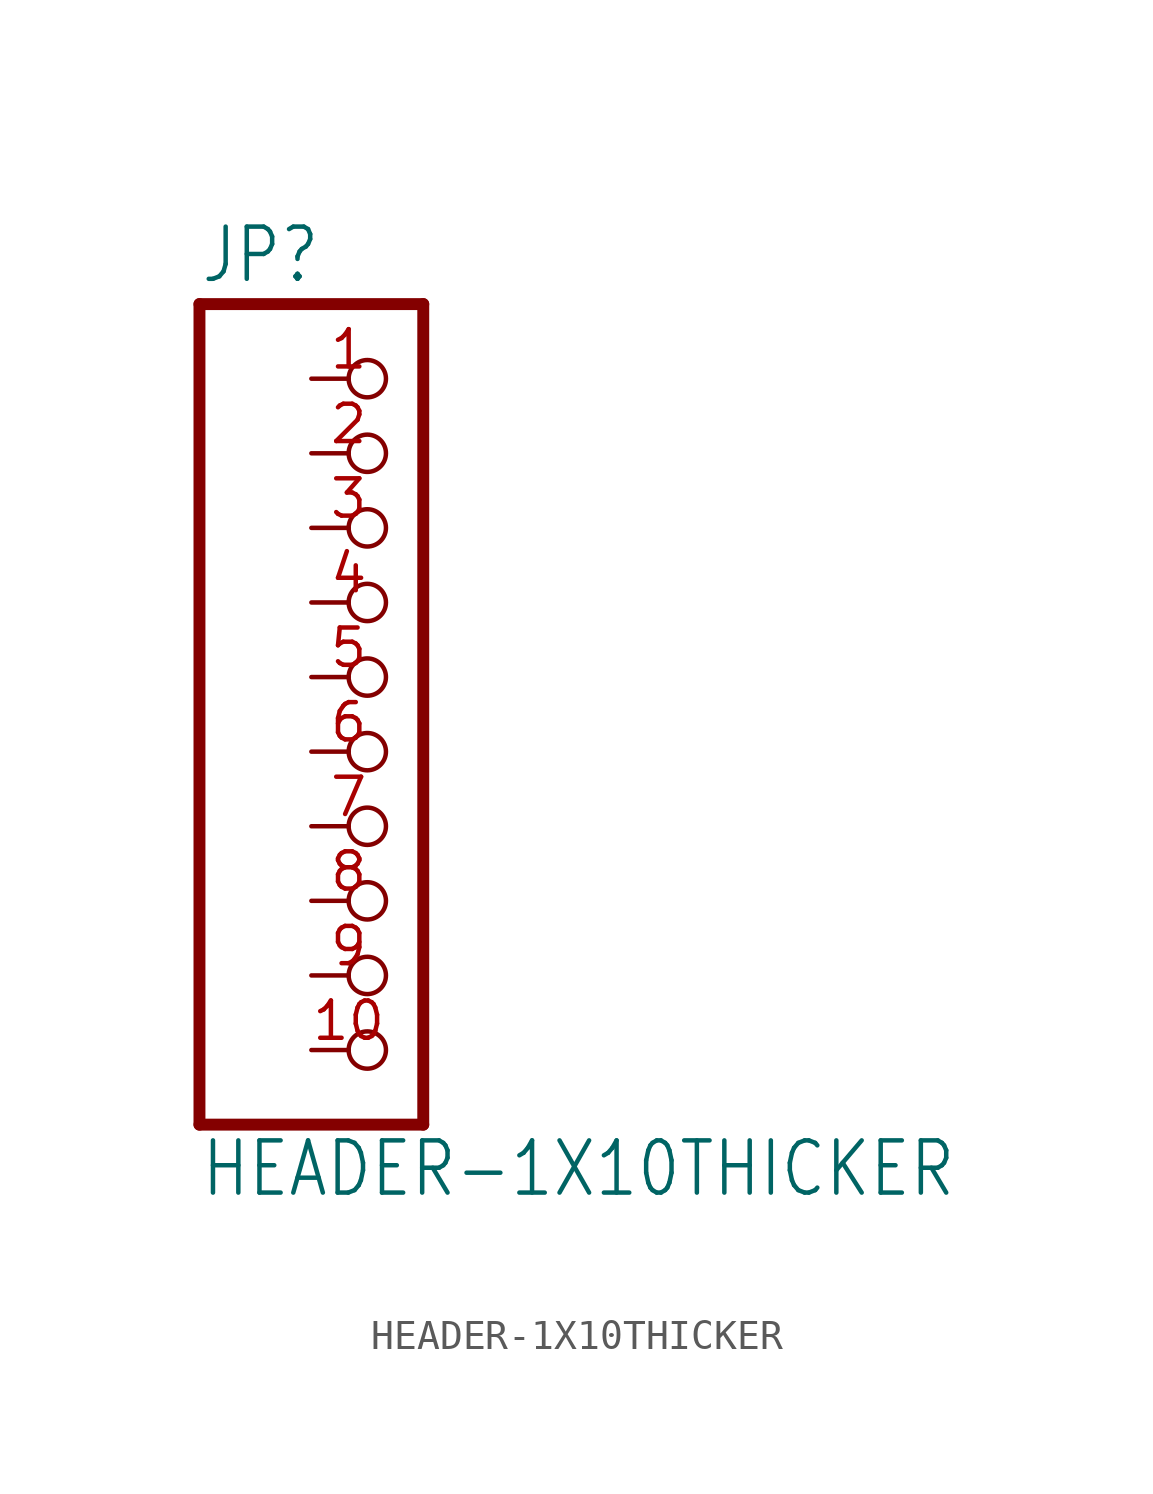
<source format=kicad_sym>
(kicad_symbol_lib
  (version 20211014)
  (generator kicad_symbol_editor)
  (symbol "HEADER-1X10THICKER"
    (property "Reference" "JP"
      (at -6.35 13.335 0)
      (effects (font (size 1.778 1.511)) (justify left bottom)))
    (property "Value" "HEADER-1X10THICKER"
      (at -6.35 -17.78 0)
      (effects (font (size 1.778 1.511)) (justify left bottom)))
    (property "ki_locked" ""
      (at 0 0 0)
      (effects (font (size 1.27 1.27))))
    (symbol "HEADER-1X10THICKER_1_0"
      (polyline (pts (xy -6.35 -15.24) (xy 1.27 -15.24)) (stroke (width 0.406) (type default) (color 0 0 0 0)) (fill (type none)))
      (polyline (pts (xy -6.35 12.7) (xy -6.35 -15.24)) (stroke (width 0.406) (type default) (color 0 0 0 0)) (fill (type none)))
      (polyline (pts (xy 1.27 -15.24) (xy 1.27 12.7)) (stroke (width 0.406) (type default) (color 0 0 0 0)) (fill (type none)))
      (polyline (pts (xy 1.27 12.7) (xy -6.35 12.7)) (stroke (width 0.406) (type default) (color 0 0 0 0)) (fill (type none)))
      (pin passive inverted (at -2.54 10.16 0) (length 2.54) (name "1" (effects (font (size 0 0)))) (number "1" (effects (font (size 1.27 1.27)))))
      (pin passive inverted (at -2.54 -12.7 0) (length 2.54) (name "10" (effects (font (size 0 0)))) (number "10" (effects (font (size 1.27 1.27)))))
      (pin passive inverted (at -2.54 7.62 0) (length 2.54) (name "2" (effects (font (size 0 0)))) (number "2" (effects (font (size 1.27 1.27)))))
      (pin passive inverted (at -2.54 5.08 0) (length 2.54) (name "3" (effects (font (size 0 0)))) (number "3" (effects (font (size 1.27 1.27)))))
      (pin passive inverted (at -2.54 2.54 0) (length 2.54) (name "4" (effects (font (size 0 0)))) (number "4" (effects (font (size 1.27 1.27)))))
      (pin passive inverted (at -2.54 0 0) (length 2.54) (name "5" (effects (font (size 0 0)))) (number "5" (effects (font (size 1.27 1.27)))))
      (pin passive inverted (at -2.54 -2.54 0) (length 2.54) (name "6" (effects (font (size 0 0)))) (number "6" (effects (font (size 1.27 1.27)))))
      (pin passive inverted (at -2.54 -5.08 0) (length 2.54) (name "7" (effects (font (size 0 0)))) (number "7" (effects (font (size 1.27 1.27)))))
      (pin passive inverted (at -2.54 -7.62 0) (length 2.54) (name "8" (effects (font (size 0 0)))) (number "8" (effects (font (size 1.27 1.27)))))
      (pin passive inverted (at -2.54 -10.16 0) (length 2.54) (name "9" (effects (font (size 0 0)))) (number "9" (effects (font (size 1.27 1.27))))))))
</source>
